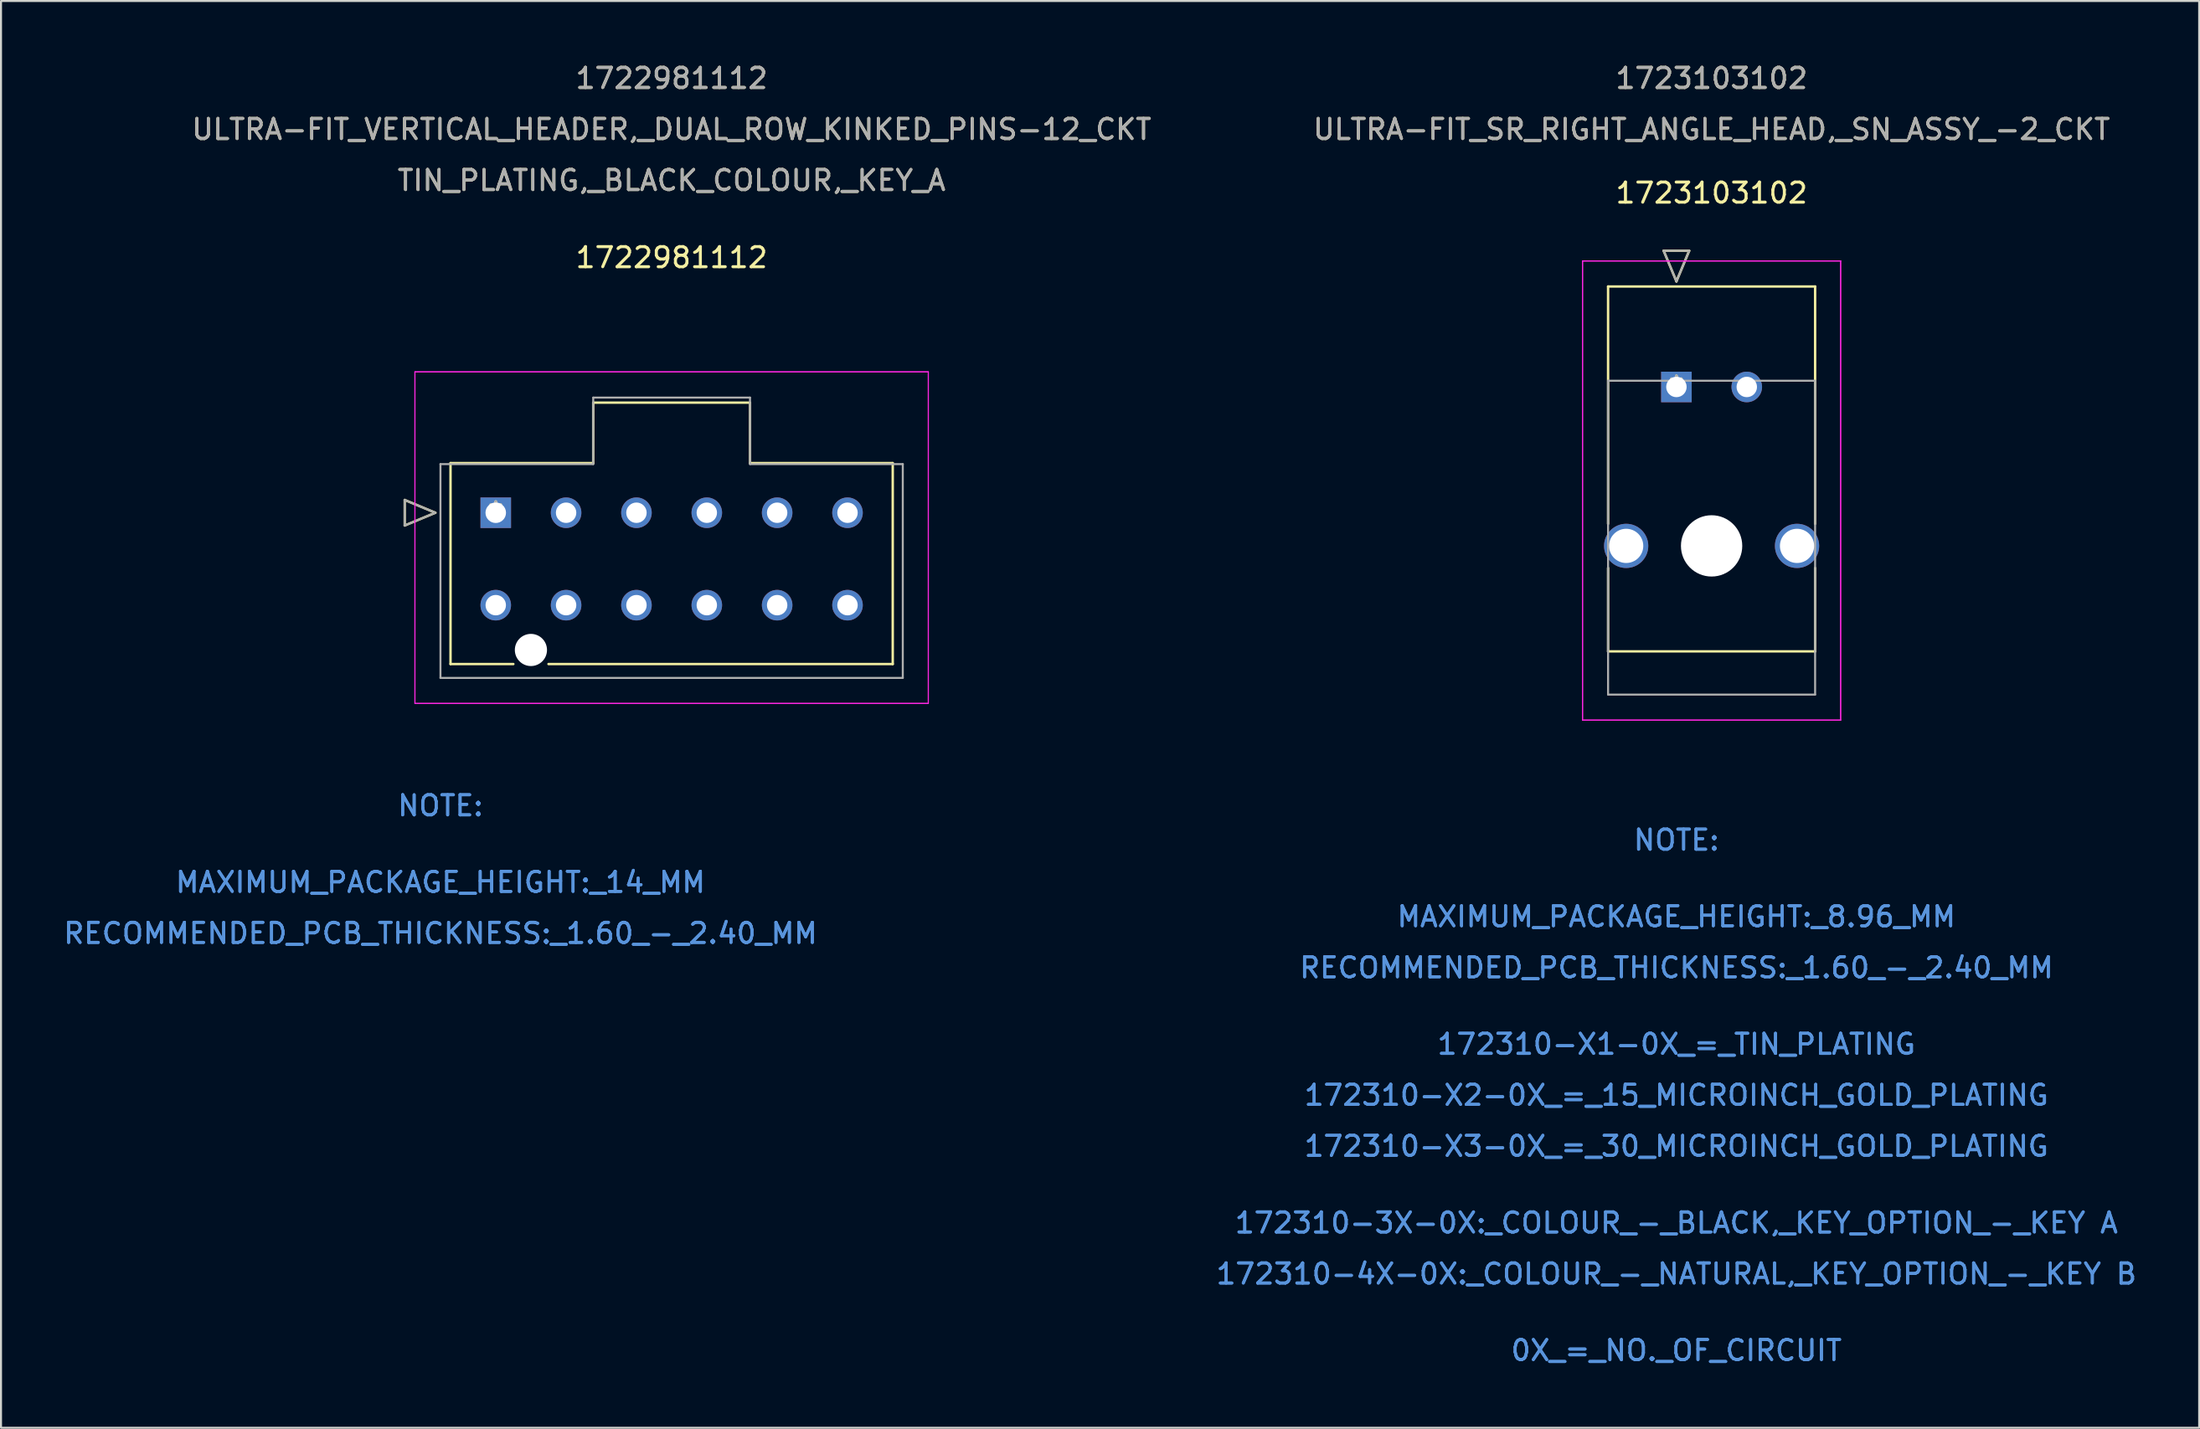
<source format=kicad_pcb>
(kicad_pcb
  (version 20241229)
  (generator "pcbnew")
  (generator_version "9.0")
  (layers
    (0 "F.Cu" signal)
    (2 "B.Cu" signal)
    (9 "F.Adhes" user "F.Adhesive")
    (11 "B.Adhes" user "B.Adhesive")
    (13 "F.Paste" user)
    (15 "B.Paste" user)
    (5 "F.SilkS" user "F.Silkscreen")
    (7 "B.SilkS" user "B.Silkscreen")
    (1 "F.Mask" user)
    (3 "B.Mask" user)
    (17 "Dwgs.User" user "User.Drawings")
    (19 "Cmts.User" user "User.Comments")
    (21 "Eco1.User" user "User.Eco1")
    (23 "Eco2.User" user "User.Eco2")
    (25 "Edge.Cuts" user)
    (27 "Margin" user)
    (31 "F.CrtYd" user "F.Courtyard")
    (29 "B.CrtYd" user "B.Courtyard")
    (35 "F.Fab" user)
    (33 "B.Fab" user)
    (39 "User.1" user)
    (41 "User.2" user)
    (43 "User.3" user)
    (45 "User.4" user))
  (footprint "1723103102"
    (layer "F.Cu")
    (at 80.351 16.208)
    (property "Reference" "1723103102" (at 1.75 -9.652 0) (layer "F.SilkS") (effects (font (size 1 1) (thickness 0.15))))
    (attr through_hole)
    (fp_line (start -3.4 -5) (end -3.4 6.812) (stroke (width 0.12) (type solid)) (layer "F.SilkS"))
    (fp_line (start -3.4 9.008) (end -3.4 13.16) (stroke (width 0.12) (type solid)) (layer "F.SilkS"))
    (fp_line (start -3.4 13.16) (end 6.9 13.16) (stroke (width 0.12) (type solid)) (layer "F.SilkS"))
    (fp_line (start -0.635 -6.778) (end 0 -5.254) (stroke (width 0.12) (type solid)) (layer "F.SilkS"))
    (fp_line (start 0 -5.254) (end 0.635 -6.778) (stroke (width 0.12) (type solid)) (layer "F.SilkS"))
    (fp_line (start 0.635 -6.778) (end -0.635 -6.778) (stroke (width 0.12) (type solid)) (layer "F.SilkS"))
    (fp_line (start 6.9 -5) (end -3.4 -5) (stroke (width 0.12) (type solid)) (layer "F.SilkS"))
    (fp_line (start 6.9 6.812) (end 6.9 -5) (stroke (width 0.12) (type solid)) (layer "F.SilkS"))
    (fp_line (start 6.9 13.16) (end 6.9 9.008) (stroke (width 0.12) (type solid)) (layer "F.SilkS"))
    (fp_line (start -4.67 -6.27) (end -4.67 16.58) (stroke (width 0.05) (type solid)) (layer "F.CrtYd"))
    (fp_line (start -4.67 -6.27) (end -4.67 16.58) (stroke (width 0.05) (type solid)) (layer "F.CrtYd"))
    (fp_line (start -4.67 16.58) (end 8.17 16.58) (stroke (width 0.05) (type solid)) (layer "F.CrtYd"))
    (fp_line (start -4.67 16.58) (end 8.17 16.58) (stroke (width 0.05) (type solid)) (layer "F.CrtYd"))
    (fp_line (start 8.17 -6.27) (end -4.67 -6.27) (stroke (width 0.05) (type solid)) (layer "F.CrtYd"))
    (fp_line (start 8.17 -6.27) (end -4.67 -6.27) (stroke (width 0.05) (type solid)) (layer "F.CrtYd"))
    (fp_line (start 8.17 16.58) (end 8.17 -6.27) (stroke (width 0.05) (type solid)) (layer "F.CrtYd"))
    (fp_line (start 8.17 16.58) (end 8.17 -6.27) (stroke (width 0.05) (type solid)) (layer "F.CrtYd"))
    (fp_line (start -3.4 -0.31) (end -3.4 15.31) (stroke (width 0.1) (type solid)) (layer "F.Fab"))
    (fp_line (start -3.4 15.31) (end 6.9 15.31) (stroke (width 0.1) (type solid)) (layer "F.Fab"))
    (fp_line (start -0.635 -6.778) (end 0 -5.254) (stroke (width 0.1) (type solid)) (layer "F.Fab"))
    (fp_line (start 0 -5.254) (end 0.635 -6.778) (stroke (width 0.1) (type solid)) (layer "F.Fab"))
    (fp_line (start 0.635 -6.778) (end -0.635 -6.778) (stroke (width 0.1) (type solid)) (layer "F.Fab"))
    (fp_line (start 6.9 -0.31) (end -3.4 -0.31) (stroke (width 0.1) (type solid)) (layer "F.Fab"))
    (fp_line (start 6.9 15.31) (end 6.9 -0.31) (stroke (width 0.1) (type solid)) (layer "F.Fab"))
    (fp_text user "*" (at 0 0 0) (layer "F.SilkS") (effects (font (size 1 1) (thickness 0.15))))
    (fp_text user "ULTRA-FIT_SR_RIGHT_ANGLE_HEAD,_SN_ASSY_-2_CKT" (at 1.75 -12.82 0) (layer "F.SilkS") (effects (font (size 1 1) (thickness 0.15))))
    (fp_text user "1723103102" (at 1.75 -15.36 0) (layer "F.SilkS") (effects (font (size 1 1) (thickness 0.15))))
    (fp_text user "0X_=_NO._OF_CIRCUIT" (at 0 47.95 0) (layer "Cmts.User") (effects (font (size 1 1) (thickness 0.15))))
    (fp_text user "MAXIMUM_PACKAGE_HEIGHT:_8.96_MM" (at 0 26.36 0) (layer "Cmts.User") (effects (font (size 1 1) (thickness 0.15))))
    (fp_text user "NOTE:" (at 0 22.55 0) (layer "Cmts.User") (effects (font (size 1 1) (thickness 0.15))))
    (fp_text user "172310-4X-0X:_COLOUR_-_NATURAL,_KEY_OPTION_-_KEY B" (at 0 44.14 0) (layer "Cmts.User") (effects (font (size 1 1) (thickness 0.15))))
    (fp_text user "RECOMMENDED_PCB_THICKNESS:_1.60_-_2.40_MM" (at 0 28.9 0) (layer "Cmts.User") (effects (font (size 1 1) (thickness 0.15))))
    (fp_text user "172310-X1-0X_=_TIN_PLATING" (at 0 32.71 0) (layer "Cmts.User") (effects (font (size 1 1) (thickness 0.15))))
    (fp_text user "NOTE:" (at 0 22.55 0) (layer "Cmts.User") (effects (font (size 1 1) (thickness 0.15))))
    (fp_text user "MAXIMUM_PACKAGE_HEIGHT:_8.96_MM" (at 0 26.36 0) (layer "Cmts.User") (effects (font (size 1 1) (thickness 0.15))))
    (fp_text user "172310-X2-0X_=_15_MICROINCH_GOLD_PLATING" (at 0 35.25 0) (layer "Cmts.User") (effects (font (size 1 1) (thickness 0.15))))
    (fp_text user "RECOMMENDED_PCB_THICKNESS:_1.60_-_2.40_MM" (at 0 28.9 0) (layer "Cmts.User") (effects (font (size 1 1) (thickness 0.15))))
    (fp_text user "172310-X2-0X_=_15_MICROINCH_GOLD_PLATING" (at 0 35.25 0) (layer "Cmts.User") (effects (font (size 1 1) (thickness 0.15))))
    (fp_text user "0X_=_NO._OF_CIRCUIT" (at 0 47.95 0) (layer "Cmts.User") (effects (font (size 1 1) (thickness 0.15))))
    (fp_text user "Copyright 2021 Accelerated Designs. All rights reserved." (at 0 0 0) (layer "Cmts.User") (effects (font (size 0.127 0.127) (thickness 0.002))))
    (fp_text user "172310-X1-0X_=_TIN_PLATING" (at 0 32.71 0) (layer "Cmts.User") (effects (font (size 1 1) (thickness 0.15))))
    (fp_text user "172310-X3-0X_=_30_MICROINCH_GOLD_PLATING" (at 0 37.79 0) (layer "Cmts.User") (effects (font (size 1 1) (thickness 0.15))))
    (fp_text user "172310-3X-0X:_COLOUR_-_BLACK,_KEY_OPTION_-_KEY A" (at 0 41.6 0) (layer "Cmts.User") (effects (font (size 1 1) (thickness 0.15))))
    (fp_text user "172310-3X-0X:_COLOUR_-_BLACK,_KEY_OPTION_-_KEY A" (at 0 41.6 0) (layer "Cmts.User") (effects (font (size 1 1) (thickness 0.15))))
    (fp_text user "172310-X3-0X_=_30_MICROINCH_GOLD_PLATING" (at 0 37.79 0) (layer "Cmts.User") (effects (font (size 1 1) (thickness 0.15))))
    (fp_text user "172310-4X-0X:_COLOUR_-_NATURAL,_KEY_OPTION_-_KEY B" (at 0 44.14 0) (layer "Cmts.User") (effects (font (size 1 1) (thickness 0.15))))
    (fp_text user "1723103102" (at 1.75 -15.36 0) (layer "F.Fab") (effects (font (size 1 1) (thickness 0.15))))
    (fp_text user "*" (at 0 0 0) (layer "F.Fab") (effects (font (size 1 1) (thickness 0.15))))
    (fp_text user "ULTRA-FIT_SR_RIGHT_ANGLE_HEAD,_SN_ASSY_-2_CKT" (at 1.75 -12.82 0) (layer "F.Fab") (effects (font (size 1 1) (thickness 0.15))))
    (pad "" np_thru_hole circle (at 1.75 7.91) (size 3.05 3.05) (drill 3.05) (layers "*.Cu" "*.Mask"))
    (pad "1" thru_hole rect (at 0 0) (size 1.52 1.52) (drill 1.016) (layers "*.Cu" "*.Mask"))
    (pad "2" thru_hole circle (at 3.5 0) (size 1.52 1.52) (drill 1.016) (layers "*.Cu" "*.Mask"))
    (pad "3" thru_hole circle (at -2.5 7.91) (size 2.2 2.2) (drill 1.702) (layers "*.Cu" "*.Mask"))
    (pad "4" thru_hole circle (at 6 7.91) (size 2.2 2.2) (drill 1.702) (layers "*.Cu" "*.Mask")))
  (footprint "1722981112"
    (layer "F.Cu")
    (at 21.613 22.468)
    (property "Reference" "1722981112" (at 8.75 -12.7 0) (layer "F.SilkS") (effects (font (size 1 1) (thickness 0.15))))
    (attr through_hole)
    (fp_line (start -4.528 -0.635) (end -4.528 0.635) (stroke (width 0.12) (type solid)) (layer "F.SilkS"))
    (fp_line (start -4.528 0.635) (end -3.004 0) (stroke (width 0.12) (type solid)) (layer "F.SilkS"))
    (fp_line (start -3.004 0) (end -4.528 -0.635) (stroke (width 0.12) (type solid)) (layer "F.SilkS"))
    (fp_line (start -2.25 -2.47) (end 4.85 -2.47) (stroke (width 0.12) (type solid)) (layer "F.SilkS"))
    (fp_line (start -2.25 7.53) (end -2.25 -2.47) (stroke (width 0.12) (type solid)) (layer "F.SilkS"))
    (fp_line (start 0.876 7.53) (end -2.25 7.53) (stroke (width 0.12) (type solid)) (layer "F.SilkS"))
    (fp_line (start 4.85 -5.48) (end 12.65 -5.48) (stroke (width 0.12) (type solid)) (layer "F.SilkS"))
    (fp_line (start 4.85 -2.47) (end 4.85 -5.48) (stroke (width 0.12) (type solid)) (layer "F.SilkS"))
    (fp_line (start 12.65 -5.48) (end 12.65 -2.47) (stroke (width 0.12) (type solid)) (layer "F.SilkS"))
    (fp_line (start 12.65 -2.47) (end 19.75 -2.47) (stroke (width 0.12) (type solid)) (layer "F.SilkS"))
    (fp_line (start 19.75 -2.47) (end 19.75 7.53) (stroke (width 0.12) (type solid)) (layer "F.SilkS"))
    (fp_line (start 19.75 7.53) (end 2.624 7.53) (stroke (width 0.12) (type solid)) (layer "F.SilkS"))
    (fp_line (start -4.02 -7.01) (end -4.02 9.49) (stroke (width 0.05) (type solid)) (layer "F.CrtYd"))
    (fp_line (start -4.02 -7.01) (end -4.02 9.49) (stroke (width 0.05) (type solid)) (layer "F.CrtYd"))
    (fp_line (start -4.02 9.49) (end 21.52 9.49) (stroke (width 0.05) (type solid)) (layer "F.CrtYd"))
    (fp_line (start -4.02 9.49) (end 21.52 9.49) (stroke (width 0.05) (type solid)) (layer "F.CrtYd"))
    (fp_line (start 21.52 -7.01) (end -4.02 -7.01) (stroke (width 0.05) (type solid)) (layer "F.CrtYd"))
    (fp_line (start 21.52 -7.01) (end -4.02 -7.01) (stroke (width 0.05) (type solid)) (layer "F.CrtYd"))
    (fp_line (start 21.52 9.49) (end 21.52 -7.01) (stroke (width 0.05) (type solid)) (layer "F.CrtYd"))
    (fp_line (start 21.52 9.49) (end 21.52 -7.01) (stroke (width 0.05) (type solid)) (layer "F.CrtYd"))
    (fp_line (start -4.528 -0.635) (end -4.528 0.635) (stroke (width 0.1) (type solid)) (layer "F.Fab"))
    (fp_line (start -4.528 0.635) (end -3.004 0) (stroke (width 0.1) (type solid)) (layer "F.Fab"))
    (fp_line (start -3.004 0) (end -4.528 -0.635) (stroke (width 0.1) (type solid)) (layer "F.Fab"))
    (fp_line (start -2.75 -2.42) (end 4.85 -2.42) (stroke (width 0.1) (type solid)) (layer "F.Fab"))
    (fp_line (start -2.75 8.22) (end -2.75 -2.42) (stroke (width 0.1) (type solid)) (layer "F.Fab"))
    (fp_line (start 4.85 -5.73) (end 12.65 -5.73) (stroke (width 0.1) (type solid)) (layer "F.Fab"))
    (fp_line (start 4.85 -2.42) (end 4.85 -5.73) (stroke (width 0.1) (type solid)) (layer "F.Fab"))
    (fp_line (start 12.65 -5.73) (end 12.65 -2.42) (stroke (width 0.1) (type solid)) (layer "F.Fab"))
    (fp_line (start 12.65 -2.42) (end 20.25 -2.42) (stroke (width 0.1) (type solid)) (layer "F.Fab"))
    (fp_line (start 20.25 -2.42) (end 20.25 8.22) (stroke (width 0.1) (type solid)) (layer "F.Fab"))
    (fp_line (start 20.25 8.22) (end -2.75 8.22) (stroke (width 0.1) (type solid)) (layer "F.Fab"))
    (fp_text user "*" (at 0 0 0) (layer "F.SilkS") (effects (font (size 1 1) (thickness 0.15))))
    (fp_text user "TIN_PLATING,_BLACK_COLOUR,_KEY_A" (at 8.75 -16.54 0) (layer "F.SilkS") (effects (font (size 1 1) (thickness 0.15))))
    (fp_text user "ULTRA-FIT_VERTICAL_HEADER,_DUAL_ROW_KINKED_PINS-12_CKT" (at 8.75 -19.08 0) (layer "F.SilkS") (effects (font (size 1 1) (thickness 0.15))))
    (fp_text user "1722981112" (at 8.75 -21.62 0) (layer "F.SilkS") (effects (font (size 1 1) (thickness 0.15))))
    (fp_text user "RECOMMENDED_PCB_THICKNESS:_1.60_-_2.40_MM" (at -2.75 20.93 0) (layer "Cmts.User") (effects (font (size 1 1) (thickness 0.15))))
    (fp_text user "NOTE:" (at -2.75 14.58 0) (layer "Cmts.User") (effects (font (size 1 1) (thickness 0.15))))
    (fp_text user "MAXIMUM_PACKAGE_HEIGHT:_14_MM" (at -2.75 18.39 0) (layer "Cmts.User") (effects (font (size 1 1) (thickness 0.15))))
    (fp_text user "Copyright 2021 Accelerated Designs. All rights reserved." (at 0 0 0) (layer "Cmts.User") (effects (font (size 0.127 0.127) (thickness 0.002))))
    (fp_text user "MAXIMUM_PACKAGE_HEIGHT:_14_MM" (at -2.75 18.39 0) (layer "Cmts.User") (effects (font (size 1 1) (thickness 0.15))))
    (fp_text user "NOTE:" (at -2.75 14.58 0) (layer "Cmts.User") (effects (font (size 1 1) (thickness 0.15))))
    (fp_text user "RECOMMENDED_PCB_THICKNESS:_1.60_-_2.40_MM" (at -2.75 20.93 0) (layer "Cmts.User") (effects (font (size 1 1) (thickness 0.15))))
    (fp_text user "TIN_PLATING,_BLACK_COLOUR,_KEY_A" (at 8.75 -16.54 0) (layer "F.Fab") (effects (font (size 1 1) (thickness 0.15))))
    (fp_text user "1722981112" (at 8.75 -21.62 0) (layer "F.Fab") (effects (font (size 1 1) (thickness 0.15))))
    (fp_text user "*" (at 0 0 0) (layer "F.Fab") (effects (font (size 1 1) (thickness 0.15))))
    (fp_text user "ULTRA-FIT_VERTICAL_HEADER,_DUAL_ROW_KINKED_PINS-12_CKT" (at 8.75 -19.08 0) (layer "F.Fab") (effects (font (size 1 1) (thickness 0.15))))
    (pad "" np_thru_hole circle (at 1.75 6.83) (size 1.6 1.6) (drill 1.6) (layers "*.Cu" "*.Mask"))
    (pad "1" thru_hole rect (at 0 0) (size 1.52 1.52) (drill 1.02) (layers "*.Cu" "*.Mask"))
    (pad "2" thru_hole circle (at 3.5 0) (size 1.52 1.52) (drill 1.016) (layers "*.Cu" "*.Mask"))
    (pad "3" thru_hole circle (at 7 0) (size 1.52 1.52) (drill 1.016) (layers "*.Cu" "*.Mask"))
    (pad "4" thru_hole circle (at 10.5 0) (size 1.52 1.52) (drill 1.016) (layers "*.Cu" "*.Mask"))
    (pad "5" thru_hole circle (at 14 0) (size 1.52 1.52) (drill 1.016) (layers "*.Cu" "*.Mask"))
    (pad "6" thru_hole circle (at 17.5 0) (size 1.52 1.52) (drill 1.016) (layers "*.Cu" "*.Mask"))
    (pad "7" thru_hole circle (at 0 4.6) (size 1.52 1.52) (drill 1.016) (layers "*.Cu" "*.Mask"))
    (pad "8" thru_hole circle (at 3.5 4.6) (size 1.52 1.52) (drill 1.016) (layers "*.Cu" "*.Mask"))
    (pad "9" thru_hole circle (at 7 4.6) (size 1.52 1.52) (drill 1.016) (layers "*.Cu" "*.Mask"))
    (pad "10" thru_hole circle (at 10.5 4.6) (size 1.52 1.52) (drill 1.016) (layers "*.Cu" "*.Mask"))
    (pad "11" thru_hole circle (at 14 4.6) (size 1.52 1.52) (drill 1.016) (layers "*.Cu" "*.Mask"))
    (pad "12" thru_hole circle (at 17.5 4.6) (size 1.52 1.52) (drill 1.016) (layers "*.Cu" "*.Mask")))
  (gr_rect
    (start -3 -3)
    (end 106.357 68.007)
    (stroke (width 0.1) (type default))
    (fill no)
    (layer "Edge.Cuts")))
</source>
